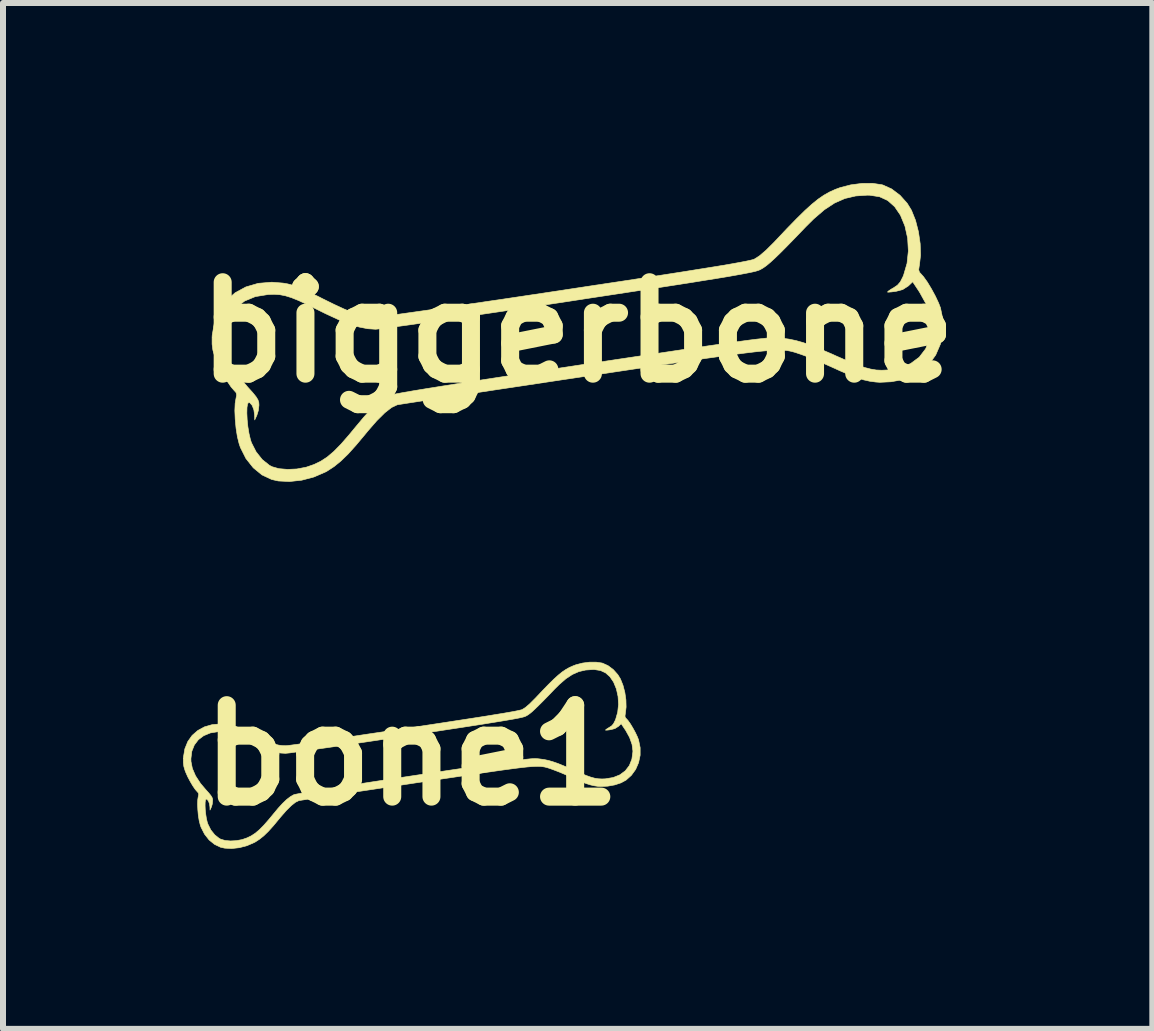
<source format=kicad_pcb>
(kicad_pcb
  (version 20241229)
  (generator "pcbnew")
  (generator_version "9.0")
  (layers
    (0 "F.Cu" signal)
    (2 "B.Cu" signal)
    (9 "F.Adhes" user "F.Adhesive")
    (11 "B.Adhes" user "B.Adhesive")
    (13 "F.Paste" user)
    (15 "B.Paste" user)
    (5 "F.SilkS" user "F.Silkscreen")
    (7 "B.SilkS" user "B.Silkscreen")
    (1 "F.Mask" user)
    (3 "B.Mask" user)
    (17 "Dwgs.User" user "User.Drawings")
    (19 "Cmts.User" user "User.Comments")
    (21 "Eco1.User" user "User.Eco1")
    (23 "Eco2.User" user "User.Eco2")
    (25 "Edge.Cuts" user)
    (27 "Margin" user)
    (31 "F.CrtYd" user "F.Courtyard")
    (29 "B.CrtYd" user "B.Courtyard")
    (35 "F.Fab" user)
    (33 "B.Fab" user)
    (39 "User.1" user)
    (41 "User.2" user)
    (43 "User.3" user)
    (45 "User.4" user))
  (footprint "biggerbone"
    (layer "F.Cu")
    (at 6.575 2.487)
    (property "Reference" "biggerbone" (at 0 0 0) (layer "F.SilkS") (effects (font (size 1.524 1.524) (thickness 0.3))))
    (attr through_hole)
    (fp_poly (pts (xy 5.069 -2.459) (xy 5.084 -2.455) (xy 5.231 -2.389) (xy 5.371 -2.283) (xy 5.491 -2.149) (xy 5.562 -2.033) (xy 5.629 -1.866) (xy 5.678 -1.675) (xy 5.707 -1.476) (xy 5.713 -1.285) (xy 5.694 -1.119) (xy 5.692 -1.112) (xy 5.682 -1.042) (xy 5.695 -1) (xy 5.71 -0.985) (xy 5.762 -0.927) (xy 5.827 -0.836) (xy 5.895 -0.723) (xy 5.96 -0.603) (xy 6.014 -0.488) (xy 6.045 -0.408) (xy 6.087 -0.204) (xy 6.086 0.00006) (xy 6.044 0.196) (xy 5.966 0.377) (xy 5.853 0.535) (xy 5.71 0.662) (xy 5.575 0.737) (xy 5.409 0.79) (xy 5.221 0.824) (xy 5.035 0.833) (xy 4.965 0.828) (xy 4.867 0.815) (xy 4.768 0.793) (xy 4.659 0.759) (xy 4.531 0.71) (xy 4.375 0.643) (xy 4.225 0.575) (xy 4.088 0.514) (xy 3.948 0.455) (xy 3.821 0.404) (xy 3.726 0.369) (xy 3.675 0.352) (xy 3.628 0.336) (xy 3.582 0.323) (xy 3.536 0.312) (xy 3.485 0.303) (xy 3.428 0.298) (xy 3.361 0.296) (xy 3.282 0.298) (xy 3.188 0.303) (xy 3.076 0.313) (xy 2.943 0.327) (xy 2.786 0.346) (xy 2.603 0.37) (xy 2.391 0.399) (xy 2.146 0.433) (xy 1.867 0.474) (xy 1.55 0.521) (xy 1.192 0.574) (xy 0.792 0.634) (xy 0.345 0.701) (xy 0.117 0.735) (xy -0.273 0.793) (xy -0.649 0.85) (xy -1.008 0.904) (xy -1.348 0.955) (xy -1.665 1.003) (xy -1.956 1.047) (xy -2.218 1.087) (xy -2.448 1.121) (xy -2.643 1.151) (xy -2.8 1.175) (xy -2.915 1.193) (xy -2.985 1.204) (xy -3.007 1.208) (xy -3.1 1.252) (xy -3.213 1.34) (xy -3.347 1.473) (xy -3.501 1.65) (xy -3.539 1.697) (xy -3.693 1.881) (xy -3.826 2.029) (xy -3.946 2.145) (xy -4.059 2.237) (xy -4.171 2.31) (xy -4.208 2.33) (xy -4.396 2.411) (xy -4.598 2.464) (xy -4.8 2.486) (xy -4.988 2.477) (xy -5.098 2.452) (xy -5.26 2.376) (xy -5.405 2.257) (xy -5.527 2.103) (xy -5.619 1.92) (xy -5.641 1.855) (xy -5.67 1.738) (xy -5.692 1.597) (xy -5.706 1.448) (xy -5.712 1.305) (xy -5.707 1.185) (xy -5.695 1.113) (xy -5.682 1.046) (xy -5.691 1.005) (xy -5.719 0.974) (xy -5.774 0.911) (xy -5.84 0.814) (xy -5.909 0.697) (xy -5.974 0.575) (xy -6.026 0.46) (xy -6.046 0.406) (xy -6.078 0.297) (xy -6.091 0.198) (xy -6.091 0.089) (xy -5.89 0.089) (xy -5.888 0.165) (xy -5.852 0.353) (xy -5.767 0.549) (xy -5.634 0.751) (xy -5.5 0.91) (xy -5.414 1.005) (xy -5.359 1.073) (xy -5.327 1.125) (xy -5.313 1.169) (xy -5.31 1.213) (xy -5.32 1.301) (xy -5.345 1.382) (xy -5.346 1.384) (xy -5.381 1.46) (xy -5.383 1.379) (xy -5.395 1.291) (xy -5.423 1.218) (xy -5.461 1.175) (xy -5.481 1.168) (xy -5.5 1.192) (xy -5.51 1.254) (xy -5.512 1.346) (xy -5.507 1.455) (xy -5.495 1.573) (xy -5.476 1.688) (xy -5.452 1.789) (xy -5.436 1.838) (xy -5.358 1.991) (xy -5.255 2.121) (xy -5.136 2.216) (xy -5.093 2.239) (xy -4.978 2.272) (xy -4.834 2.284) (xy -4.679 2.277) (xy -4.531 2.249) (xy -4.519 2.246) (xy -4.395 2.203) (xy -4.282 2.149) (xy -4.174 2.079) (xy -4.063 1.985) (xy -3.944 1.864) (xy -3.809 1.709) (xy -3.706 1.584) (xy -3.564 1.414) (xy -3.444 1.282) (xy -3.338 1.181) (xy -3.24 1.106) (xy -3.152 1.055) (xy -3.115 1.044) (xy -3.032 1.027) (xy -2.904 1.003) (xy -2.73 0.973) (xy -2.51 0.937) (xy -2.242 0.894) (xy -1.927 0.844) (xy -1.564 0.788) (xy -1.153 0.725) (xy -0.692 0.655) (xy -0.182 0.578) (xy 0.061 0.541) (xy 0.522 0.472) (xy 0.936 0.41) (xy 1.305 0.355) (xy 1.632 0.306) (xy 1.921 0.263) (xy 2.172 0.226) (xy 2.391 0.195) (xy 2.578 0.168) (xy 2.738 0.146) (xy 2.872 0.128) (xy 2.984 0.114) (xy 3.077 0.104) (xy 3.152 0.096) (xy 3.214 0.092) (xy 3.264 0.09) (xy 3.306 0.09) (xy 3.342 0.091) (xy 3.375 0.094) (xy 3.404 0.097) (xy 3.524 0.114) (xy 3.639 0.138) (xy 3.759 0.172) (xy 3.894 0.219) (xy 4.052 0.283) (xy 4.243 0.365) (xy 4.306 0.394) (xy 4.496 0.477) (xy 4.648 0.539) (xy 4.773 0.584) (xy 4.879 0.612) (xy 4.974 0.628) (xy 5.067 0.632) (xy 5.157 0.628) (xy 5.368 0.593) (xy 5.547 0.521) (xy 5.691 0.415) (xy 5.798 0.275) (xy 5.866 0.105) (xy 5.892 -0.093) (xy 5.893 -0.118) (xy 5.87 -0.289) (xy 5.804 -0.475) (xy 5.697 -0.668) (xy 5.685 -0.687) (xy 5.582 -0.842) (xy 5.51 -0.773) (xy 5.415 -0.712) (xy 5.305 -0.683) (xy 5.229 -0.673) (xy 5.176 -0.669) (xy 5.162 -0.671) (xy 5.177 -0.687) (xy 5.224 -0.719) (xy 5.261 -0.74) (xy 5.328 -0.785) (xy 5.376 -0.84) (xy 5.418 -0.922) (xy 5.431 -0.953) (xy 5.488 -1.148) (xy 5.51 -1.356) (xy 5.498 -1.568) (xy 5.453 -1.77) (xy 5.378 -1.952) (xy 5.281 -2.094) (xy 5.165 -2.197) (xy 5.03 -2.259) (xy 4.868 -2.284) (xy 4.826 -2.285) (xy 4.632 -2.272) (xy 4.453 -2.23) (xy 4.282 -2.155) (xy 4.111 -2.043) (xy 3.933 -1.89) (xy 3.81 -1.768) (xy 3.637 -1.588) (xy 3.494 -1.441) (xy 3.378 -1.324) (xy 3.284 -1.233) (xy 3.208 -1.164) (xy 3.146 -1.112) (xy 3.094 -1.075) (xy 3.048 -1.048) (xy 3.034 -1.041) (xy 3.009 -1.031) (xy 2.97 -1.019) (xy 2.916 -1.006) (xy 2.844 -0.991) (xy 2.751 -0.973) (xy 2.635 -0.952) (xy 2.494 -0.927) (xy 2.324 -0.899) (xy 2.123 -0.867) (xy 1.889 -0.829) (xy 1.619 -0.787) (xy 1.31 -0.739) (xy 0.96 -0.686) (xy 0.567 -0.626) (xy 0.127 -0.559) (xy -0.151 -0.516) (xy -0.542 -0.457) (xy -0.921 -0.4) (xy -1.285 -0.346) (xy -1.631 -0.295) (xy -1.954 -0.247) (xy -2.253 -0.204) (xy -2.523 -0.165) (xy -2.762 -0.13) (xy -2.966 -0.102) (xy -3.132 -0.079) (xy -3.256 -0.063) (xy -3.337 -0.054) (xy -3.366 -0.051) (xy -3.498 -0.06) (xy -3.641 -0.088) (xy -3.801 -0.137) (xy -3.985 -0.211) (xy -4.201 -0.311) (xy -4.316 -0.368) (xy -4.499 -0.459) (xy -4.646 -0.528) (xy -4.767 -0.577) (xy -4.87 -0.609) (xy -4.963 -0.627) (xy -5.055 -0.633) (xy -5.155 -0.63) (xy -5.164 -0.629) (xy -5.371 -0.595) (xy -5.548 -0.522) (xy -5.691 -0.414) (xy -5.798 -0.274) (xy -5.865 -0.106) (xy -5.89 0.089) (xy -6.091 0.089) (xy -6.091 0.081) (xy -6.089 0.047) (xy -6.051 -0.172) (xy -5.973 -0.364) (xy -5.857 -0.528) (xy -5.707 -0.659) (xy -5.528 -0.756) (xy -5.323 -0.816) (xy -5.096 -0.835) (xy -4.909 -0.82) (xy -4.833 -0.807) (xy -4.759 -0.788) (xy -4.678 -0.761) (xy -4.582 -0.72) (xy -4.461 -0.664) (xy -4.307 -0.589) (xy -4.255 -0.562) (xy -4.056 -0.464) (xy -3.894 -0.389) (xy -3.761 -0.333) (xy -3.648 -0.294) (xy -3.55 -0.27) (xy -3.457 -0.257) (xy -3.367 -0.254) (xy -3.322 -0.258) (xy -3.231 -0.269) (xy -3.095 -0.286) (xy -2.92 -0.31) (xy -2.707 -0.34) (xy -2.46 -0.375) (xy -2.183 -0.415) (xy -1.879 -0.459) (xy -1.55 -0.508) (xy -1.201 -0.559) (xy -0.834 -0.614) (xy -0.453 -0.671) (xy -0.19 -0.711) (xy 0.29 -0.784) (xy 0.723 -0.849) (xy 1.109 -0.908) (xy 1.452 -0.961) (xy 1.753 -1.008) (xy 2.015 -1.05) (xy 2.24 -1.086) (xy 2.429 -1.117) (xy 2.586 -1.144) (xy 2.711 -1.167) (xy 2.809 -1.186) (xy 2.879 -1.201) (xy 2.926 -1.213) (xy 2.946 -1.221) (xy 3.029 -1.274) (xy 3.138 -1.367) (xy 3.27 -1.498) (xy 3.302 -1.532) (xy 3.489 -1.73) (xy 3.648 -1.893) (xy 3.784 -2.027) (xy 3.902 -2.134) (xy 4.007 -2.219) (xy 4.103 -2.285) (xy 4.197 -2.338) (xy 4.292 -2.381) (xy 4.376 -2.412) (xy 4.551 -2.457) (xy 4.736 -2.481) (xy 4.915 -2.482) (xy 5.069 -2.459)) (stroke (width 0.01) (type solid)) (fill yes) (layer "F.SilkS")))
  (footprint "bone1"
    (layer "F.Cu")
    (at 3.812 9.534)
    (property "Reference" "bone1" (at 0 0 0) (layer "F.SilkS") (effects (font (size 1.524 1.524) (thickness 0.3))))
    (attr through_hole)
    (fp_poly (pts (xy 3.168 -1.537) (xy 3.178 -1.534) (xy 3.269 -1.493) (xy 3.357 -1.427) (xy 3.432 -1.343) (xy 3.476 -1.271) (xy 3.518 -1.166) (xy 3.549 -1.047) (xy 3.567 -0.922) (xy 3.57 -0.803) (xy 3.558 -0.7) (xy 3.557 -0.695) (xy 3.551 -0.651) (xy 3.559 -0.625) (xy 3.568 -0.616) (xy 3.601 -0.58) (xy 3.642 -0.522) (xy 3.684 -0.452) (xy 3.725 -0.377) (xy 3.759 -0.305) (xy 3.778 -0.255) (xy 3.804 -0.127) (xy 3.804 0.000037) (xy 3.778 0.123) (xy 3.729 0.236) (xy 3.658 0.334) (xy 3.569 0.414) (xy 3.484 0.46) (xy 3.381 0.494) (xy 3.263 0.515) (xy 3.147 0.52) (xy 3.103 0.518) (xy 3.042 0.509) (xy 2.98 0.495) (xy 2.912 0.474) (xy 2.832 0.444) (xy 2.735 0.402) (xy 2.64 0.359) (xy 2.555 0.321) (xy 2.468 0.284) (xy 2.388 0.253) (xy 2.329 0.231) (xy 2.297 0.22) (xy 2.267 0.21) (xy 2.239 0.202) (xy 2.21 0.195) (xy 2.178 0.19) (xy 2.143 0.186) (xy 2.101 0.185) (xy 2.051 0.186) (xy 1.993 0.189) (xy 1.922 0.195) (xy 1.839 0.204) (xy 1.741 0.216) (xy 1.627 0.231) (xy 1.494 0.249) (xy 1.341 0.271) (xy 1.167 0.296) (xy 0.969 0.325) (xy 0.745 0.359) (xy 0.495 0.396) (xy 0.216 0.438) (xy 0.073 0.459) (xy -0.17 0.496) (xy -0.405 0.531) (xy -0.63 0.565) (xy -0.843 0.597) (xy -1.041 0.627) (xy -1.223 0.654) (xy -1.386 0.679) (xy -1.53 0.701) (xy -1.652 0.72) (xy -1.75 0.735) (xy -1.822 0.746) (xy -1.866 0.753) (xy -1.88 0.755) (xy -1.937 0.782) (xy -2.008 0.838) (xy -2.092 0.921) (xy -2.188 1.031) (xy -2.212 1.06) (xy -2.308 1.176) (xy -2.391 1.268) (xy -2.466 1.341) (xy -2.537 1.398) (xy -2.607 1.444) (xy -2.63 1.456) (xy -2.748 1.507) (xy -2.874 1.54) (xy -3 1.554) (xy -3.117 1.548) (xy -3.186 1.533) (xy -3.287 1.485) (xy -3.378 1.411) (xy -3.454 1.314) (xy -3.512 1.2) (xy -3.526 1.159) (xy -3.544 1.086) (xy -3.558 0.998) (xy -3.566 0.905) (xy -3.57 0.816) (xy -3.567 0.74) (xy -3.56 0.696) (xy -3.551 0.654) (xy -3.557 0.628) (xy -3.574 0.609) (xy -3.609 0.569) (xy -3.65 0.509) (xy -3.693 0.436) (xy -3.734 0.359) (xy -3.766 0.287) (xy -3.779 0.254) (xy -3.799 0.186) (xy -3.807 0.123) (xy -3.807 0.055) (xy -3.681 0.055) (xy -3.68 0.103) (xy -3.657 0.22) (xy -3.604 0.343) (xy -3.521 0.47) (xy -3.437 0.569) (xy -3.384 0.628) (xy -3.349 0.671) (xy -3.329 0.703) (xy -3.32 0.731) (xy -3.319 0.758) (xy -3.325 0.813) (xy -3.34 0.864) (xy -3.341 0.865) (xy -3.363 0.913) (xy -3.364 0.862) (xy -3.372 0.807) (xy -3.39 0.761) (xy -3.413 0.734) (xy -3.426 0.73) (xy -3.438 0.745) (xy -3.444 0.784) (xy -3.445 0.841) (xy -3.442 0.91) (xy -3.434 0.983) (xy -3.423 1.055) (xy -3.408 1.118) (xy -3.397 1.149) (xy -3.349 1.245) (xy -3.284 1.326) (xy -3.21 1.385) (xy -3.183 1.399) (xy -3.111 1.42) (xy -3.021 1.428) (xy -2.925 1.423) (xy -2.832 1.406) (xy -2.825 1.404) (xy -2.747 1.377) (xy -2.676 1.343) (xy -2.609 1.299) (xy -2.54 1.241) (xy -2.465 1.165) (xy -2.38 1.068) (xy -2.316 0.99) (xy -2.228 0.884) (xy -2.152 0.801) (xy -2.086 0.738) (xy -2.025 0.691) (xy -1.97 0.659) (xy -1.947 0.652) (xy -1.895 0.642) (xy -1.815 0.627) (xy -1.706 0.608) (xy -1.568 0.586) (xy -1.401 0.559) (xy -1.204 0.528) (xy -0.978 0.493) (xy -0.72 0.453) (xy -0.433 0.409) (xy -0.114 0.361) (xy 0.038 0.338) (xy 0.326 0.295) (xy 0.585 0.256) (xy 0.816 0.222) (xy 1.02 0.191) (xy 1.2 0.165) (xy 1.358 0.141) (xy 1.494 0.122) (xy 1.611 0.105) (xy 1.711 0.091) (xy 1.795 0.08) (xy 1.865 0.071) (xy 1.923 0.065) (xy 1.97 0.06) (xy 2.009 0.057) (xy 2.04 0.056) (xy 2.066 0.056) (xy 2.089 0.057) (xy 2.109 0.059) (xy 2.127 0.061) (xy 2.202 0.071) (xy 2.274 0.086) (xy 2.35 0.108) (xy 2.434 0.137) (xy 2.532 0.177) (xy 2.652 0.228) (xy 2.691 0.246) (xy 2.81 0.298) (xy 2.905 0.337) (xy 2.983 0.365) (xy 3.049 0.383) (xy 3.109 0.392) (xy 3.167 0.395) (xy 3.223 0.393) (xy 3.355 0.371) (xy 3.467 0.326) (xy 3.557 0.259) (xy 3.624 0.172) (xy 3.666 0.066) (xy 3.683 -0.058) (xy 3.683 -0.074) (xy 3.669 -0.181) (xy 3.628 -0.297) (xy 3.561 -0.418) (xy 3.553 -0.429) (xy 3.488 -0.526) (xy 3.444 -0.483) (xy 3.384 -0.445) (xy 3.316 -0.427) (xy 3.268 -0.42) (xy 3.235 -0.418) (xy 3.227 -0.419) (xy 3.236 -0.43) (xy 3.265 -0.449) (xy 3.288 -0.463) (xy 3.33 -0.49) (xy 3.36 -0.525) (xy 3.386 -0.576) (xy 3.395 -0.595) (xy 3.43 -0.717) (xy 3.444 -0.848) (xy 3.436 -0.98) (xy 3.408 -1.106) (xy 3.361 -1.22) (xy 3.3 -1.309) (xy 3.228 -1.373) (xy 3.144 -1.412) (xy 3.042 -1.428) (xy 3.016 -1.428) (xy 2.895 -1.42) (xy 2.783 -1.394) (xy 2.676 -1.347) (xy 2.569 -1.277) (xy 2.458 -1.181) (xy 2.381 -1.105) (xy 2.273 -0.992) (xy 2.184 -0.901) (xy 2.111 -0.828) (xy 2.052 -0.771) (xy 2.005 -0.727) (xy 1.966 -0.695) (xy 1.934 -0.672) (xy 1.905 -0.655) (xy 1.896 -0.651) (xy 1.88 -0.644) (xy 1.856 -0.637) (xy 1.823 -0.629) (xy 1.777 -0.619) (xy 1.72 -0.608) (xy 1.647 -0.595) (xy 1.559 -0.58) (xy 1.452 -0.562) (xy 1.327 -0.542) (xy 1.18 -0.518) (xy 1.012 -0.492) (xy 0.819 -0.462) (xy 0.6 -0.429) (xy 0.354 -0.391) (xy 0.079 -0.349) (xy -0.095 -0.323) (xy -0.339 -0.286) (xy -0.576 -0.25) (xy -0.803 -0.216) (xy -1.019 -0.184) (xy -1.221 -0.154) (xy -1.408 -0.127) (xy -1.577 -0.103) (xy -1.726 -0.082) (xy -1.854 -0.064) (xy -1.957 -0.05) (xy -2.035 -0.039) (xy -2.085 -0.034) (xy -2.104 -0.032) (xy -2.186 -0.037) (xy -2.276 -0.055) (xy -2.376 -0.086) (xy -2.491 -0.132) (xy -2.626 -0.195) (xy -2.697 -0.23) (xy -2.812 -0.287) (xy -2.904 -0.33) (xy -2.979 -0.361) (xy -3.043 -0.381) (xy -3.102 -0.392) (xy -3.159 -0.396) (xy -3.222 -0.394) (xy -3.227 -0.393) (xy -3.357 -0.372) (xy -3.468 -0.326) (xy -3.557 -0.259) (xy -3.624 -0.171) (xy -3.666 -0.066) (xy -3.681 0.055) (xy -3.807 0.055) (xy -3.807 0.051) (xy -3.805 0.029) (xy -3.782 -0.107) (xy -3.733 -0.228) (xy -3.661 -0.33) (xy -3.567 -0.412) (xy -3.455 -0.473) (xy -3.327 -0.51) (xy -3.185 -0.522) (xy -3.068 -0.513) (xy -3.02 -0.504) (xy -2.974 -0.493) (xy -2.924 -0.475) (xy -2.864 -0.45) (xy -2.788 -0.415) (xy -2.692 -0.368) (xy -2.659 -0.351) (xy -2.535 -0.29) (xy -2.434 -0.243) (xy -2.35 -0.208) (xy -2.28 -0.184) (xy -2.219 -0.169) (xy -2.16 -0.161) (xy -2.104 -0.159) (xy -2.076 -0.161) (xy -2.019 -0.168) (xy -1.935 -0.179) (xy -1.825 -0.194) (xy -1.692 -0.213) (xy -1.538 -0.235) (xy -1.364 -0.259) (xy -1.174 -0.287) (xy -0.969 -0.317) (xy -0.751 -0.35) (xy -0.521 -0.384) (xy -0.283 -0.419) (xy -0.119 -0.444) (xy 0.182 -0.49) (xy 0.452 -0.531) (xy 0.693 -0.568) (xy 0.908 -0.601) (xy 1.096 -0.63) (xy 1.26 -0.656) (xy 1.4 -0.679) (xy 1.518 -0.698) (xy 1.616 -0.715) (xy 1.695 -0.729) (xy 1.755 -0.741) (xy 1.8 -0.751) (xy 1.829 -0.758) (xy 1.841 -0.763) (xy 1.893 -0.796) (xy 1.961 -0.854) (xy 2.043 -0.936) (xy 2.064 -0.957) (xy 2.181 -1.081) (xy 2.28 -1.183) (xy 2.365 -1.267) (xy 2.439 -1.334) (xy 2.504 -1.387) (xy 2.565 -1.428) (xy 2.623 -1.461) (xy 2.683 -1.488) (xy 2.735 -1.508) (xy 2.844 -1.536) (xy 2.96 -1.551) (xy 3.072 -1.551) (xy 3.168 -1.537)) (stroke (width 0.01) (type solid)) (fill yes) (layer "F.SilkS")))
  (gr_rect
    (start -3 -3)
    (end 16.15 14.093)
    (stroke (width 0.1) (type default))
    (fill no)
    (layer "Edge.Cuts")))
</source>
